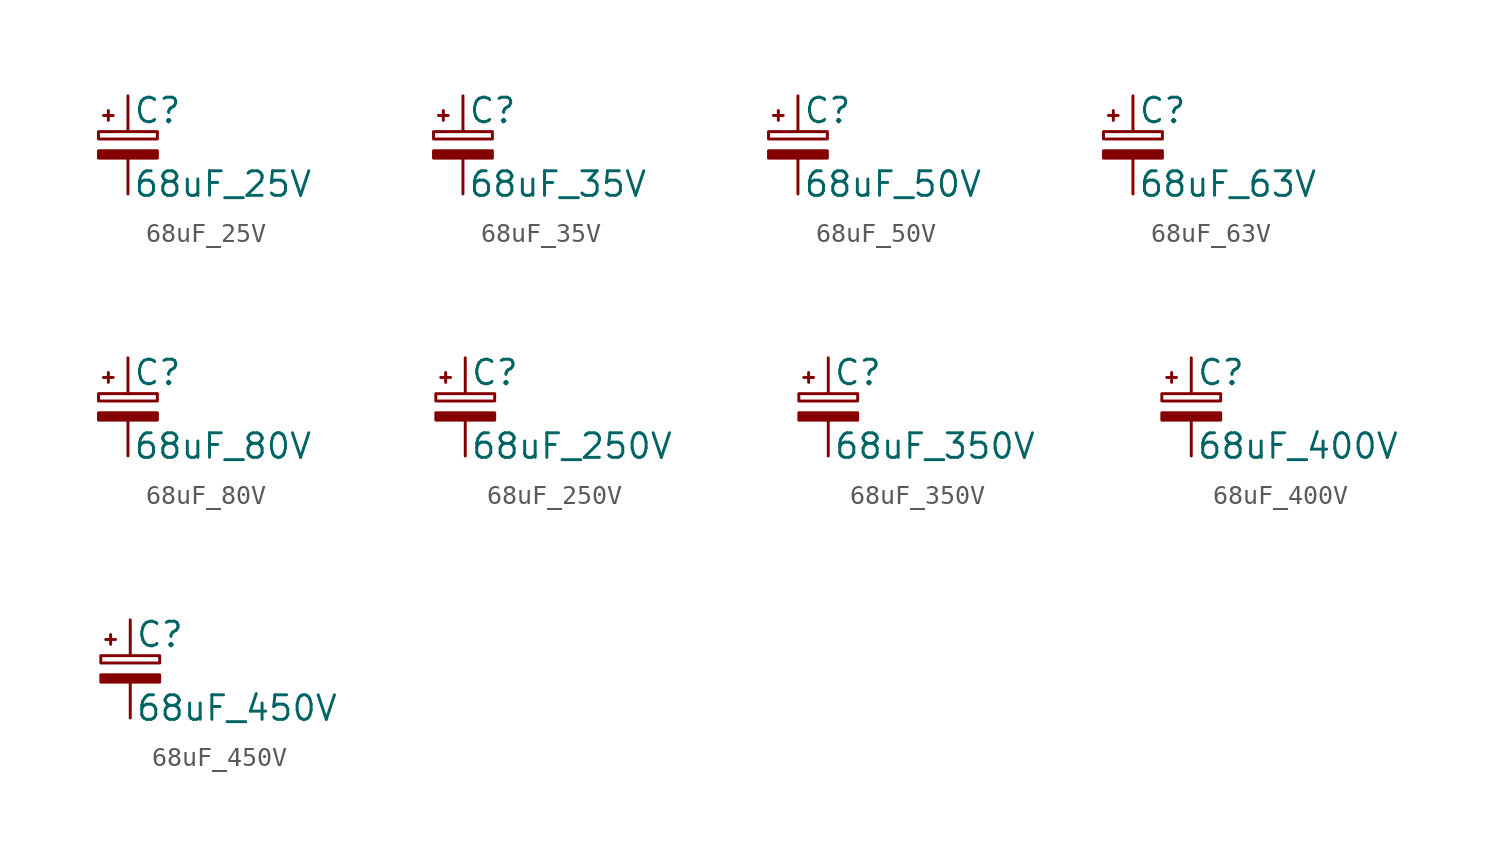
<source format=kicad_sym>
(kicad_symbol_lib
  (version 20211014)
  (generator kicad_symbol_editor)
  (symbol "68uF_25V"
    (pin_numbers hide)
    (pin_names
      (offset 0.254) hide)
    (property "Reference" "C"
      (at 0.254 1.778 0)
      (effects (font (size 1.27 1.27)) (justify left)))
    (property "Value" "68uF_25V"
      (at 0.254 -2.032 0)
      (effects (font (size 1.27 1.27)) (justify left)))
    (symbol "68uF_25V_0_1"
      (rectangle (start -1.524 -0.305) (end 1.524 -0.686) (stroke (width 0) (type default) (color 0 0 0 0)) (fill (type outline)))
      (rectangle (start -1.524 0.686) (end 1.524 0.305) (stroke (width 0) (type default) (color 0 0 0 0)) (fill (type none)))
      (polyline (pts (xy -1.27 1.524) (xy -0.762 1.524)) (stroke (width 0) (type default) (color 0 0 0 0)) (fill (type none)))
      (polyline (pts (xy -1.016 1.27) (xy -1.016 1.778)) (stroke (width 0) (type default) (color 0 0 0 0)) (fill (type none))))
    (symbol "68uF_25V_1_1"
      (pin passive line (at 0 2.54 270) (length 1.854) (name "~" (effects (font (size 1.27 1.27)))) (number "1" (effects (font (size 1.27 1.27)))))
      (pin passive line (at 0 -2.54 90) (length 1.854) (name "~" (effects (font (size 1.27 1.27)))) (number "2" (effects (font (size 1.27 1.27)))))))
  (symbol "68uF_35V"
    (pin_numbers hide)
    (pin_names
      (offset 0.254) hide)
    (property "Reference" "C"
      (at 0.254 1.778 0)
      (effects (font (size 1.27 1.27)) (justify left)))
    (property "Value" "68uF_35V"
      (at 0.254 -2.032 0)
      (effects (font (size 1.27 1.27)) (justify left)))
    (symbol "68uF_35V_0_1"
      (rectangle (start -1.524 -0.305) (end 1.524 -0.686) (stroke (width 0) (type default) (color 0 0 0 0)) (fill (type outline)))
      (rectangle (start -1.524 0.686) (end 1.524 0.305) (stroke (width 0) (type default) (color 0 0 0 0)) (fill (type none)))
      (polyline (pts (xy -1.27 1.524) (xy -0.762 1.524)) (stroke (width 0) (type default) (color 0 0 0 0)) (fill (type none)))
      (polyline (pts (xy -1.016 1.27) (xy -1.016 1.778)) (stroke (width 0) (type default) (color 0 0 0 0)) (fill (type none))))
    (symbol "68uF_35V_1_1"
      (pin passive line (at 0 2.54 270) (length 1.854) (name "~" (effects (font (size 1.27 1.27)))) (number "1" (effects (font (size 1.27 1.27)))))
      (pin passive line (at 0 -2.54 90) (length 1.854) (name "~" (effects (font (size 1.27 1.27)))) (number "2" (effects (font (size 1.27 1.27)))))))
  (symbol "68uF_50V"
    (pin_numbers hide)
    (pin_names
      (offset 0.254) hide)
    (property "Reference" "C"
      (at 0.254 1.778 0)
      (effects (font (size 1.27 1.27)) (justify left)))
    (property "Value" "68uF_50V"
      (at 0.254 -2.032 0)
      (effects (font (size 1.27 1.27)) (justify left)))
    (symbol "68uF_50V_0_1"
      (rectangle (start -1.524 -0.305) (end 1.524 -0.686) (stroke (width 0) (type default) (color 0 0 0 0)) (fill (type outline)))
      (rectangle (start -1.524 0.686) (end 1.524 0.305) (stroke (width 0) (type default) (color 0 0 0 0)) (fill (type none)))
      (polyline (pts (xy -1.27 1.524) (xy -0.762 1.524)) (stroke (width 0) (type default) (color 0 0 0 0)) (fill (type none)))
      (polyline (pts (xy -1.016 1.27) (xy -1.016 1.778)) (stroke (width 0) (type default) (color 0 0 0 0)) (fill (type none))))
    (symbol "68uF_50V_1_1"
      (pin passive line (at 0 2.54 270) (length 1.854) (name "~" (effects (font (size 1.27 1.27)))) (number "1" (effects (font (size 1.27 1.27)))))
      (pin passive line (at 0 -2.54 90) (length 1.854) (name "~" (effects (font (size 1.27 1.27)))) (number "2" (effects (font (size 1.27 1.27)))))))
  (symbol "68uF_63V"
    (pin_numbers hide)
    (pin_names
      (offset 0.254) hide)
    (property "Reference" "C"
      (at 0.254 1.778 0)
      (effects (font (size 1.27 1.27)) (justify left)))
    (property "Value" "68uF_63V"
      (at 0.254 -2.032 0)
      (effects (font (size 1.27 1.27)) (justify left)))
    (symbol "68uF_63V_0_1"
      (rectangle (start -1.524 -0.305) (end 1.524 -0.686) (stroke (width 0) (type default) (color 0 0 0 0)) (fill (type outline)))
      (rectangle (start -1.524 0.686) (end 1.524 0.305) (stroke (width 0) (type default) (color 0 0 0 0)) (fill (type none)))
      (polyline (pts (xy -1.27 1.524) (xy -0.762 1.524)) (stroke (width 0) (type default) (color 0 0 0 0)) (fill (type none)))
      (polyline (pts (xy -1.016 1.27) (xy -1.016 1.778)) (stroke (width 0) (type default) (color 0 0 0 0)) (fill (type none))))
    (symbol "68uF_63V_1_1"
      (pin passive line (at 0 2.54 270) (length 1.854) (name "~" (effects (font (size 1.27 1.27)))) (number "1" (effects (font (size 1.27 1.27)))))
      (pin passive line (at 0 -2.54 90) (length 1.854) (name "~" (effects (font (size 1.27 1.27)))) (number "2" (effects (font (size 1.27 1.27)))))))
  (symbol "68uF_80V"
    (pin_numbers hide)
    (pin_names
      (offset 0.254) hide)
    (property "Reference" "C"
      (at 0.254 1.778 0)
      (effects (font (size 1.27 1.27)) (justify left)))
    (property "Value" "68uF_80V"
      (at 0.254 -2.032 0)
      (effects (font (size 1.27 1.27)) (justify left)))
    (symbol "68uF_80V_0_1"
      (rectangle (start -1.524 -0.305) (end 1.524 -0.686) (stroke (width 0) (type default) (color 0 0 0 0)) (fill (type outline)))
      (rectangle (start -1.524 0.686) (end 1.524 0.305) (stroke (width 0) (type default) (color 0 0 0 0)) (fill (type none)))
      (polyline (pts (xy -1.27 1.524) (xy -0.762 1.524)) (stroke (width 0) (type default) (color 0 0 0 0)) (fill (type none)))
      (polyline (pts (xy -1.016 1.27) (xy -1.016 1.778)) (stroke (width 0) (type default) (color 0 0 0 0)) (fill (type none))))
    (symbol "68uF_80V_1_1"
      (pin passive line (at 0 2.54 270) (length 1.854) (name "~" (effects (font (size 1.27 1.27)))) (number "1" (effects (font (size 1.27 1.27)))))
      (pin passive line (at 0 -2.54 90) (length 1.854) (name "~" (effects (font (size 1.27 1.27)))) (number "2" (effects (font (size 1.27 1.27)))))))
  (symbol "68uF_250V"
    (pin_numbers hide)
    (pin_names
      (offset 0.254) hide)
    (property "Reference" "C"
      (at 0.254 1.778 0)
      (effects (font (size 1.27 1.27)) (justify left)))
    (property "Value" "68uF_250V"
      (at 0.254 -2.032 0)
      (effects (font (size 1.27 1.27)) (justify left)))
    (symbol "68uF_250V_0_1"
      (rectangle (start -1.524 -0.305) (end 1.524 -0.686) (stroke (width 0) (type default) (color 0 0 0 0)) (fill (type outline)))
      (rectangle (start -1.524 0.686) (end 1.524 0.305) (stroke (width 0) (type default) (color 0 0 0 0)) (fill (type none)))
      (polyline (pts (xy -1.27 1.524) (xy -0.762 1.524)) (stroke (width 0) (type default) (color 0 0 0 0)) (fill (type none)))
      (polyline (pts (xy -1.016 1.27) (xy -1.016 1.778)) (stroke (width 0) (type default) (color 0 0 0 0)) (fill (type none))))
    (symbol "68uF_250V_1_1"
      (pin passive line (at 0 2.54 270) (length 1.854) (name "~" (effects (font (size 1.27 1.27)))) (number "1" (effects (font (size 1.27 1.27)))))
      (pin passive line (at 0 -2.54 90) (length 1.854) (name "~" (effects (font (size 1.27 1.27)))) (number "2" (effects (font (size 1.27 1.27)))))))
  (symbol "68uF_350V"
    (pin_numbers hide)
    (pin_names
      (offset 0.254) hide)
    (property "Reference" "C"
      (at 0.254 1.778 0)
      (effects (font (size 1.27 1.27)) (justify left)))
    (property "Value" "68uF_350V"
      (at 0.254 -2.032 0)
      (effects (font (size 1.27 1.27)) (justify left)))
    (symbol "68uF_350V_0_1"
      (rectangle (start -1.524 -0.305) (end 1.524 -0.686) (stroke (width 0) (type default) (color 0 0 0 0)) (fill (type outline)))
      (rectangle (start -1.524 0.686) (end 1.524 0.305) (stroke (width 0) (type default) (color 0 0 0 0)) (fill (type none)))
      (polyline (pts (xy -1.27 1.524) (xy -0.762 1.524)) (stroke (width 0) (type default) (color 0 0 0 0)) (fill (type none)))
      (polyline (pts (xy -1.016 1.27) (xy -1.016 1.778)) (stroke (width 0) (type default) (color 0 0 0 0)) (fill (type none))))
    (symbol "68uF_350V_1_1"
      (pin passive line (at 0 2.54 270) (length 1.854) (name "~" (effects (font (size 1.27 1.27)))) (number "1" (effects (font (size 1.27 1.27)))))
      (pin passive line (at 0 -2.54 90) (length 1.854) (name "~" (effects (font (size 1.27 1.27)))) (number "2" (effects (font (size 1.27 1.27)))))))
  (symbol "68uF_400V"
    (pin_numbers hide)
    (pin_names
      (offset 0.254) hide)
    (property "Reference" "C"
      (at 0.254 1.778 0)
      (effects (font (size 1.27 1.27)) (justify left)))
    (property "Value" "68uF_400V"
      (at 0.254 -2.032 0)
      (effects (font (size 1.27 1.27)) (justify left)))
    (symbol "68uF_400V_0_1"
      (rectangle (start -1.524 -0.305) (end 1.524 -0.686) (stroke (width 0) (type default) (color 0 0 0 0)) (fill (type outline)))
      (rectangle (start -1.524 0.686) (end 1.524 0.305) (stroke (width 0) (type default) (color 0 0 0 0)) (fill (type none)))
      (polyline (pts (xy -1.27 1.524) (xy -0.762 1.524)) (stroke (width 0) (type default) (color 0 0 0 0)) (fill (type none)))
      (polyline (pts (xy -1.016 1.27) (xy -1.016 1.778)) (stroke (width 0) (type default) (color 0 0 0 0)) (fill (type none))))
    (symbol "68uF_400V_1_1"
      (pin passive line (at 0 2.54 270) (length 1.854) (name "~" (effects (font (size 1.27 1.27)))) (number "1" (effects (font (size 1.27 1.27)))))
      (pin passive line (at 0 -2.54 90) (length 1.854) (name "~" (effects (font (size 1.27 1.27)))) (number "2" (effects (font (size 1.27 1.27)))))))
  (symbol "68uF_450V"
    (pin_numbers hide)
    (pin_names
      (offset 0.254) hide)
    (property "Reference" "C"
      (at 0.254 1.778 0)
      (effects (font (size 1.27 1.27)) (justify left)))
    (property "Value" "68uF_450V"
      (at 0.254 -2.032 0)
      (effects (font (size 1.27 1.27)) (justify left)))
    (symbol "68uF_450V_0_1"
      (rectangle (start -1.524 -0.305) (end 1.524 -0.686) (stroke (width 0) (type default) (color 0 0 0 0)) (fill (type outline)))
      (rectangle (start -1.524 0.686) (end 1.524 0.305) (stroke (width 0) (type default) (color 0 0 0 0)) (fill (type none)))
      (polyline (pts (xy -1.27 1.524) (xy -0.762 1.524)) (stroke (width 0) (type default) (color 0 0 0 0)) (fill (type none)))
      (polyline (pts (xy -1.016 1.27) (xy -1.016 1.778)) (stroke (width 0) (type default) (color 0 0 0 0)) (fill (type none))))
    (symbol "68uF_450V_1_1"
      (pin passive line (at 0 2.54 270) (length 1.854) (name "~" (effects (font (size 1.27 1.27)))) (number "1" (effects (font (size 1.27 1.27)))))
      (pin passive line (at 0 -2.54 90) (length 1.854) (name "~" (effects (font (size 1.27 1.27)))) (number "2" (effects (font (size 1.27 1.27))))))))
</source>
